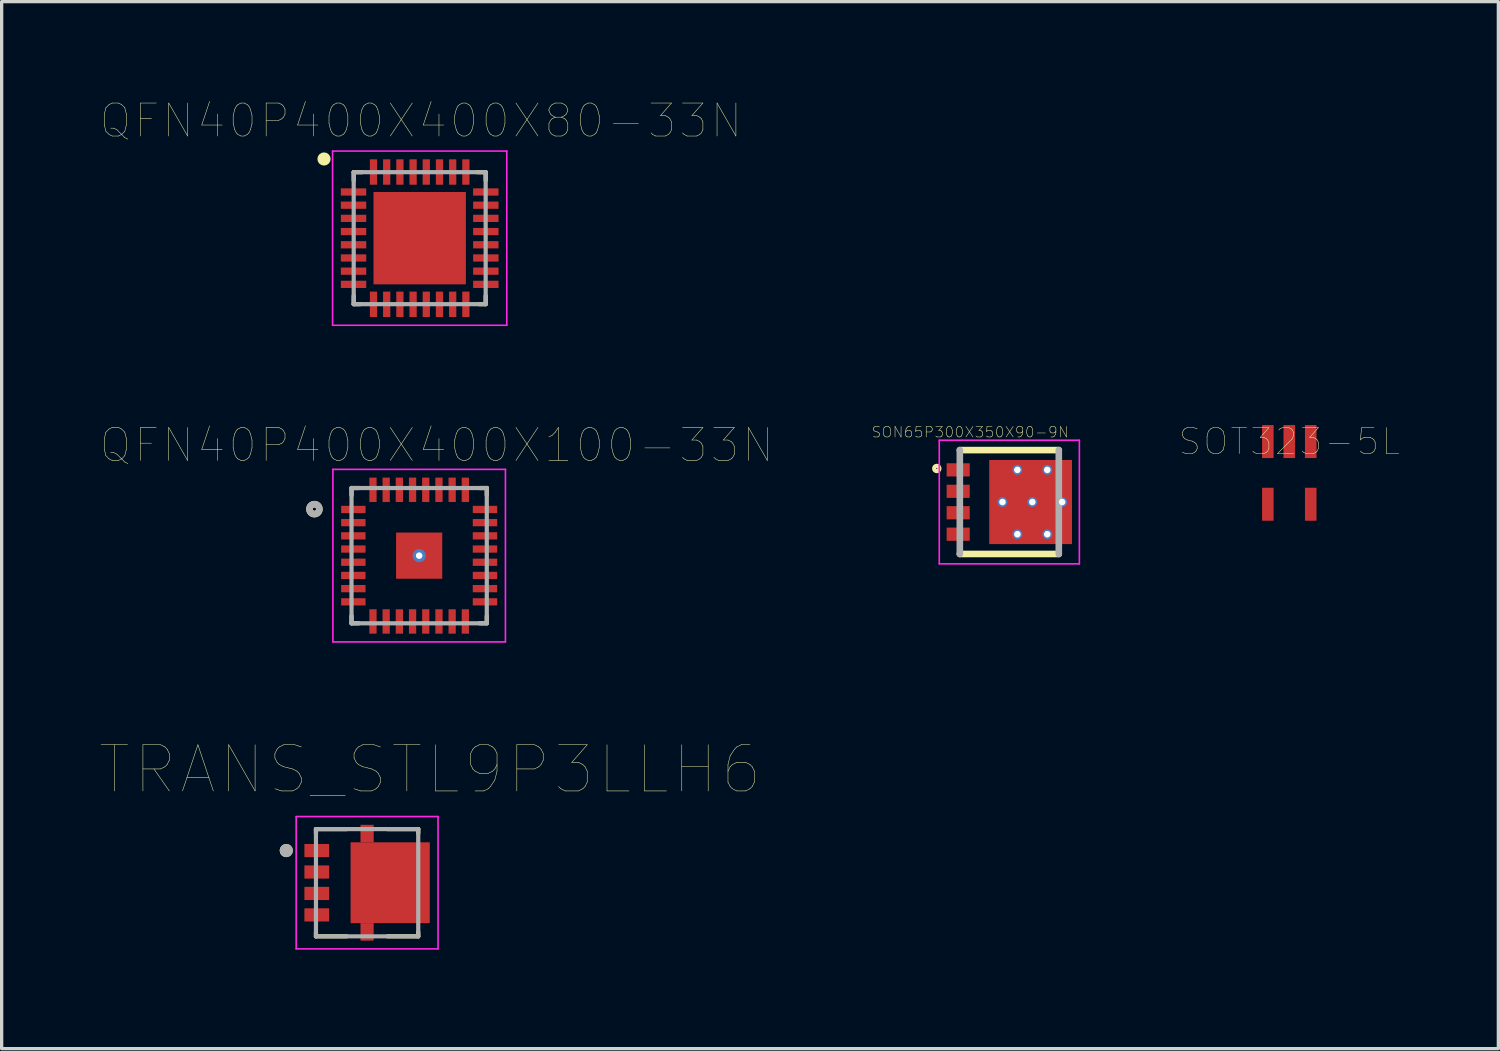
<source format=kicad_pcb>
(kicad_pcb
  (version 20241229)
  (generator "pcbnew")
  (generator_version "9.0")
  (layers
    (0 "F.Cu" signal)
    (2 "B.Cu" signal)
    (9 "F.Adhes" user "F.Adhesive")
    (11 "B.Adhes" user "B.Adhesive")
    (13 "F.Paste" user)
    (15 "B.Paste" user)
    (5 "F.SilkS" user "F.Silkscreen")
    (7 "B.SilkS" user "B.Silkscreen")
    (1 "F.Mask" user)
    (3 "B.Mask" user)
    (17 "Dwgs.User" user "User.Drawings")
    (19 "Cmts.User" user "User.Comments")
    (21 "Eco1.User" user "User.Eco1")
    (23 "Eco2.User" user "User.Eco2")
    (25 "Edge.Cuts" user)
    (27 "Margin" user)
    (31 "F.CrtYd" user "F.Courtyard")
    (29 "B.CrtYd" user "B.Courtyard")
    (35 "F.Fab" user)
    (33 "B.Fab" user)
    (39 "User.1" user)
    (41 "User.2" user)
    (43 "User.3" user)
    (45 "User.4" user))
  (footprint "TRANS_STL9P3LLH6"
    (layer "F.Cu")
    (at 8.077 23.706)
    (property "Reference" "TRANS_STL9P3LLH6" (at 1.905 -3.429 0) (layer "F.SilkS") (effects (font (size 1.4 1.4) (thickness 0.015))))
    (attr through_hole)
    (fp_poly (pts (xy -0.3 -1.855) (xy 0.3 -1.855) (xy 0.3 1.855) (xy -0.3 1.855)) (stroke (width 0.01) (type solid)) (fill yes) (layer "F.Mask"))
    (fp_line (start -1.55 -1.625) (end -1.55 -1.495) (stroke (width 0.127) (type solid)) (layer "F.SilkS"))
    (fp_line (start -1.55 -1.625) (end -0.62 -1.625) (stroke (width 0.127) (type solid)) (layer "F.SilkS"))
    (fp_line (start -1.55 1.495) (end -1.55 1.625) (stroke (width 0.127) (type solid)) (layer "F.SilkS"))
    (fp_line (start -0.62 1.625) (end -1.55 1.625) (stroke (width 0.127) (type solid)) (layer "F.SilkS"))
    (fp_line (start 0.62 -1.625) (end 1.55 -1.625) (stroke (width 0.127) (type solid)) (layer "F.SilkS"))
    (fp_line (start 1.55 -1.495) (end 1.55 -1.625) (stroke (width 0.127) (type solid)) (layer "F.SilkS"))
    (fp_line (start 1.55 1.625) (end 0.62 1.625) (stroke (width 0.127) (type solid)) (layer "F.SilkS"))
    (fp_line (start 1.55 1.625) (end 1.55 1.495) (stroke (width 0.127) (type solid)) (layer "F.SilkS"))
    (fp_circle (center -2.45 -0.975) (end -2.35 -0.975) (stroke (width 0.2) (type solid)) (fill no) (layer "F.SilkS"))
    (fp_poly (pts (xy -0.06 -0.775) (xy 1.46 -0.775) (xy 1.46 0.775) (xy -0.06 0.775)) (stroke (width 0.01) (type solid)) (fill yes) (layer "F.Paste"))
    (fp_line (start -2.15 -2.005) (end -2.15 2.005) (stroke (width 0.05) (type solid)) (layer "F.CrtYd"))
    (fp_line (start -2.15 -2.005) (end 2.15 -2.005) (stroke (width 0.05) (type solid)) (layer "F.CrtYd"))
    (fp_line (start 2.15 2.005) (end -2.15 2.005) (stroke (width 0.05) (type solid)) (layer "F.CrtYd"))
    (fp_line (start 2.15 2.005) (end 2.15 -2.005) (stroke (width 0.05) (type solid)) (layer "F.CrtYd"))
    (fp_line (start -1.55 -1.625) (end -1.55 1.625) (stroke (width 0.127) (type solid)) (layer "F.Fab"))
    (fp_line (start -1.55 -1.625) (end 1.55 -1.625) (stroke (width 0.127) (type solid)) (layer "F.Fab"))
    (fp_line (start 1.55 1.625) (end -1.55 1.625) (stroke (width 0.127) (type solid)) (layer "F.Fab"))
    (fp_line (start 1.55 1.625) (end 1.55 -1.625) (stroke (width 0.127) (type solid)) (layer "F.Fab"))
    (fp_circle (center -2.45 -0.975) (end -2.35 -0.975) (stroke (width 0.2) (type solid)) (fill no) (layer "F.Fab"))
    (pad "1" smd rect (at -1.525 -0.975) (size 0.75 0.4) (layers "F.Cu" "F.Mask" "F.Paste"))
    (pad "2" smd rect (at -1.525 -0.325) (size 0.75 0.4) (layers "F.Cu" "F.Mask" "F.Paste"))
    (pad "3" smd rect (at -1.525 0.325) (size 0.75 0.4) (layers "F.Cu" "F.Mask" "F.Paste"))
    (pad "4" smd rect (at -1.525 0.975) (size 0.75 0.4) (layers "F.Cu" "F.Mask" "F.Paste"))
    (pad "5" smd rect (at 0.7 0) (size 2.4 2.45) (layers "F.Cu" "F.Mask"))
    (pad "5_1" smd rect (at 0 -1.49) (size 0.4 0.53) (layers "F.Cu" "F.Mask" "F.Paste"))
    (pad "5_2" smd rect (at 0 1.49) (size 0.4 0.53) (layers "F.Cu" "F.Mask" "F.Paste")))
  (footprint "SON65P300X350X90-9N"
    (layer "F.Cu")
    (at 27.543 12.167)
    (property "Reference" "SON65P300X350X90-9N" (at -1.186 -2.119 0) (layer "F.SilkS") (effects (font (size 0.32 0.32) (thickness 0.015))))
    (attr through_hole)
    (fp_poly (pts (xy -1.851 0.175) (xy -1.25 0.175) (xy -1.25 0.475) (xy -1.851 0.475)) (stroke (width 0.01) (type solid)) (fill yes) (layer "F.Mask"))
    (fp_poly (pts (xy -1.851 -0.475) (xy -1.25 -0.475) (xy -1.25 -0.175) (xy -1.851 -0.175)) (stroke (width 0.01) (type solid)) (fill yes) (layer "F.Mask"))
    (fp_poly (pts (xy -1.85 -1.125) (xy -1.25 -1.125) (xy -1.25 -0.825) (xy -1.85 -0.825)) (stroke (width 0.01) (type solid)) (fill yes) (layer "F.Mask"))
    (fp_poly (pts (xy -1.85 0.825) (xy -1.25 0.825) (xy -1.25 1.125) (xy -1.85 1.125)) (stroke (width 0.01) (type solid)) (fill yes) (layer "F.Mask"))
    (fp_poly (pts (xy -0.56 -1.225) (xy 1.215 -1.225) (xy 1.215 1.226) (xy -0.56 1.226)) (stroke (width 0.01) (type solid)) (fill yes) (layer "F.Mask"))
    (fp_poly (pts (xy 1.215 0.175) (xy 1.85 0.175) (xy 1.85 0.475) (xy 1.215 0.475)) (stroke (width 0.01) (type solid)) (fill yes) (layer "F.Mask"))
    (fp_poly (pts (xy 1.215 -1.125) (xy 1.85 -1.125) (xy 1.85 -0.825) (xy 1.215 -0.825)) (stroke (width 0.01) (type solid)) (fill yes) (layer "F.Mask"))
    (fp_poly (pts (xy 1.216 -0.475) (xy 1.85 -0.475) (xy 1.85 -0.175) (xy 1.216 -0.175)) (stroke (width 0.01) (type solid)) (fill yes) (layer "F.Mask"))
    (fp_poly (pts (xy 1.216 0.825) (xy 1.85 0.825) (xy 1.85 1.126) (xy 1.216 1.126)) (stroke (width 0.01) (type solid)) (fill yes) (layer "F.Mask"))
    (fp_line (start 1.5 -1.575) (end -1.5 -1.575) (stroke (width 0.2) (type solid)) (layer "F.SilkS"))
    (fp_line (start 1.5 1.575) (end -1.5 1.575) (stroke (width 0.2) (type solid)) (layer "F.SilkS"))
    (fp_circle (center -2.198 -1.017) (end -2.118 -1.017) (stroke (width 0.127) (type solid)) (fill no) (layer "F.SilkS"))
    (fp_poly (pts (xy -1.853 -1.125) (xy -1.25 -1.125) (xy -1.25 -0.826) (xy -1.853 -0.826)) (stroke (width 0.01) (type solid)) (fill yes) (layer "F.Paste"))
    (fp_poly (pts (xy -1.852 -0.475) (xy -1.25 -0.475) (xy -1.25 -0.175) (xy -1.852 -0.175)) (stroke (width 0.01) (type solid)) (fill yes) (layer "F.Paste"))
    (fp_poly (pts (xy -1.852 0.175) (xy -1.25 0.175) (xy -1.25 0.476) (xy -1.852 0.476)) (stroke (width 0.01) (type solid)) (fill yes) (layer "F.Paste"))
    (fp_poly (pts (xy -1.851 0.825) (xy -1.25 0.825) (xy -1.25 1.126) (xy -1.851 1.126)) (stroke (width 0.01) (type solid)) (fill yes) (layer "F.Paste"))
    (fp_poly (pts (xy -0.56 0.1) (xy 0.145 0.1) (xy 0.145 1.225) (xy -0.56 1.225)) (stroke (width 0.01) (type solid)) (fill yes) (layer "F.Paste"))
    (fp_poly (pts (xy -0.56 -1.225) (xy 0.145 -1.225) (xy 0.145 -0.1) (xy -0.56 -0.1)) (stroke (width 0.01) (type solid)) (fill yes) (layer "F.Paste"))
    (fp_poly (pts (xy 0.345 -1.225) (xy 1.05 -1.225) (xy 1.05 -0.1) (xy 0.345 -0.1)) (stroke (width 0.01) (type solid)) (fill yes) (layer "F.Paste"))
    (fp_poly (pts (xy 0.345 0.1) (xy 1.05 0.1) (xy 1.05 1.226) (xy 0.345 1.226)) (stroke (width 0.01) (type solid)) (fill yes) (layer "F.Paste"))
    (fp_poly (pts (xy 1.251 -1.125) (xy 1.85 -1.125) (xy 1.85 -0.825) (xy 1.251 -0.825)) (stroke (width 0.01) (type solid)) (fill yes) (layer "F.Paste"))
    (fp_poly (pts (xy 1.251 0.175) (xy 1.85 0.175) (xy 1.85 0.475) (xy 1.251 0.475)) (stroke (width 0.01) (type solid)) (fill yes) (layer "F.Paste"))
    (fp_poly (pts (xy 1.251 -0.475) (xy 1.85 -0.475) (xy 1.85 -0.175) (xy 1.251 -0.175)) (stroke (width 0.01) (type solid)) (fill yes) (layer "F.Paste"))
    (fp_poly (pts (xy 1.251 0.825) (xy 1.85 0.825) (xy 1.85 1.126) (xy 1.251 1.126)) (stroke (width 0.01) (type solid)) (fill yes) (layer "F.Paste"))
    (fp_line (start -2.123 -1.873) (end 2.123 -1.873) (stroke (width 0.05) (type solid)) (layer "F.CrtYd"))
    (fp_line (start -2.123 1.873) (end -2.123 -1.873) (stroke (width 0.05) (type solid)) (layer "F.CrtYd"))
    (fp_line (start 2.123 -1.873) (end 2.123 1.873) (stroke (width 0.05) (type solid)) (layer "F.CrtYd"))
    (fp_line (start 2.123 1.873) (end -2.123 1.873) (stroke (width 0.05) (type solid)) (layer "F.CrtYd"))
    (fp_line (start -1.5 -1.575) (end -1.5 1.575) (stroke (width 0.2) (type solid)) (layer "F.Fab"))
    (fp_line (start 1.5 -1.575) (end 1.5 1.575) (stroke (width 0.2) (type solid)) (layer "F.Fab"))
    (pad "1" smd rect (at -1.55 -0.975) (size 0.7 0.4) (layers "F.Cu"))
    (pad "2" smd rect (at -1.55 -0.325) (size 0.7 0.4) (layers "F.Cu"))
    (pad "3" smd rect (at -1.55 0.325) (size 0.7 0.4) (layers "F.Cu"))
    (pad "4" smd rect (at -1.55 0.975) (size 0.7 0.4) (layers "F.Cu"))
    (pad "5" smd rect (at 0.645 0) (size 2.51 2.55) (layers "F.Cu"))
    (pad "P$2" thru_hole circle (at -0.207 0) (size 0.3 0.3) (drill 0.2) (layers "*.Cu" "*.Mask"))
    (pad "P$3" thru_hole circle (at 0.698 0) (size 0.3 0.3) (drill 0.2) (layers "*.Cu" "*.Mask"))
    (pad "P$4" thru_hole circle (at 0.245 -0.975) (size 0.3 0.3) (drill 0.2) (layers "*.Cu" "*.Mask"))
    (pad "P$5" thru_hole circle (at 1.15 -0.975) (size 0.3 0.3) (drill 0.2) (layers "*.Cu" "*.Mask"))
    (pad "P$6" thru_hole circle (at 0.245 0.975) (size 0.3 0.3) (drill 0.2) (layers "*.Cu" "*.Mask"))
    (pad "P$7" thru_hole circle (at 1.15 0.975) (size 0.3 0.3) (drill 0.2) (layers "*.Cu" "*.Mask"))
    (pad "P$8" thru_hole circle (at 1.603 0) (size 0.3 0.3) (drill 0.2) (layers "*.Cu" "*.Mask")))
  (footprint "QFN40P400X400X100-33N"
    (layer "F.Cu")
    (at 9.655 13.792)
    (property "Reference" "QFN40P400X400X100-33N" (at 0.529 -3.347 0) (layer "F.SilkS") (effects (font (size 1 1) (thickness 0.015))))
    (attr through_hole)
    (fp_line (start -2.05 -2.05) (end -2.05 -1.83) (stroke (width 0.127) (type solid)) (layer "F.SilkS"))
    (fp_line (start -2.05 -2.05) (end -1.83 -2.05) (stroke (width 0.127) (type solid)) (layer "F.SilkS"))
    (fp_line (start -2.05 2.05) (end -2.05 1.83) (stroke (width 0.127) (type solid)) (layer "F.SilkS"))
    (fp_line (start -2.05 2.05) (end -1.83 2.05) (stroke (width 0.127) (type solid)) (layer "F.SilkS"))
    (fp_line (start 2.05 -2.05) (end 1.83 -2.05) (stroke (width 0.127) (type solid)) (layer "F.SilkS"))
    (fp_line (start 2.05 -2.05) (end 2.05 -1.83) (stroke (width 0.127) (type solid)) (layer "F.SilkS"))
    (fp_line (start 2.05 2.05) (end 1.83 2.05) (stroke (width 0.127) (type solid)) (layer "F.SilkS"))
    (fp_line (start 2.05 2.05) (end 2.05 1.83) (stroke (width 0.127) (type solid)) (layer "F.SilkS"))
    (fp_circle (center -3.175 -1.41) (end -3.025 -1.41) (stroke (width 0.2) (type solid)) (fill no) (layer "F.SilkS"))
    (fp_poly (pts (xy -0.495 -0.495) (xy 0.495 -0.495) (xy 0.495 0.495) (xy -0.495 0.495)) (stroke (width 0.01) (type solid)) (fill yes) (layer "F.Paste"))
    (fp_line (start -2.615 -2.615) (end 2.615 -2.615) (stroke (width 0.05) (type solid)) (layer "F.CrtYd"))
    (fp_line (start -2.615 2.615) (end -2.615 -2.615) (stroke (width 0.05) (type solid)) (layer "F.CrtYd"))
    (fp_line (start -2.615 2.615) (end 2.615 2.615) (stroke (width 0.05) (type solid)) (layer "F.CrtYd"))
    (fp_line (start 2.615 2.615) (end 2.615 -2.615) (stroke (width 0.05) (type solid)) (layer "F.CrtYd"))
    (fp_line (start -2.05 2.05) (end -2.05 -2.05) (stroke (width 0.127) (type solid)) (layer "F.Fab"))
    (fp_line (start 2.05 -2.05) (end -2.05 -2.05) (stroke (width 0.127) (type solid)) (layer "F.Fab"))
    (fp_line (start 2.05 2.05) (end -2.05 2.05) (stroke (width 0.127) (type solid)) (layer "F.Fab"))
    (fp_line (start 2.05 2.05) (end 2.05 -2.05) (stroke (width 0.127) (type solid)) (layer "F.Fab"))
    (fp_circle (center -3.175 -1.41) (end -3.025 -1.41) (stroke (width 0.2) (type solid)) (fill no) (layer "F.Fab"))
    (pad "1" smd rect (at -1.995 -1.4) (size 0.74 0.22) (layers "F.Cu" "F.Mask" "F.Paste"))
    (pad "2" smd rect (at -1.995 -1) (size 0.74 0.22) (layers "F.Cu" "F.Mask" "F.Paste"))
    (pad "3" smd rect (at -1.995 -0.6) (size 0.74 0.22) (layers "F.Cu" "F.Mask" "F.Paste"))
    (pad "4" smd rect (at -1.995 -0.2) (size 0.74 0.22) (layers "F.Cu" "F.Mask" "F.Paste"))
    (pad "5" smd rect (at -1.995 0.2) (size 0.74 0.22) (layers "F.Cu" "F.Mask" "F.Paste"))
    (pad "6" smd rect (at -1.995 0.6) (size 0.74 0.22) (layers "F.Cu" "F.Mask" "F.Paste"))
    (pad "7" smd rect (at -1.995 1) (size 0.74 0.22) (layers "F.Cu" "F.Mask" "F.Paste"))
    (pad "8" smd rect (at -1.995 1.4) (size 0.74 0.22) (layers "F.Cu" "F.Mask" "F.Paste"))
    (pad "9" smd rect (at -1.4 1.995) (size 0.22 0.74) (layers "F.Cu" "F.Mask" "F.Paste"))
    (pad "10" smd rect (at -1 1.995) (size 0.22 0.74) (layers "F.Cu" "F.Mask" "F.Paste"))
    (pad "11" smd rect (at -0.6 1.995) (size 0.22 0.74) (layers "F.Cu" "F.Mask" "F.Paste"))
    (pad "12" smd rect (at -0.2 1.995) (size 0.22 0.74) (layers "F.Cu" "F.Mask" "F.Paste"))
    (pad "13" smd rect (at 0.2 1.995) (size 0.22 0.74) (layers "F.Cu" "F.Mask" "F.Paste"))
    (pad "14" smd rect (at 0.6 1.995) (size 0.22 0.74) (layers "F.Cu" "F.Mask" "F.Paste"))
    (pad "15" smd rect (at 1 1.995) (size 0.22 0.74) (layers "F.Cu" "F.Mask" "F.Paste"))
    (pad "16" smd rect (at 1.4 1.995) (size 0.22 0.74) (layers "F.Cu" "F.Mask" "F.Paste"))
    (pad "17" smd rect (at 1.995 1.4) (size 0.74 0.22) (layers "F.Cu" "F.Mask" "F.Paste"))
    (pad "18" smd rect (at 1.995 1) (size 0.74 0.22) (layers "F.Cu" "F.Mask" "F.Paste"))
    (pad "19" smd rect (at 1.995 0.6) (size 0.74 0.22) (layers "F.Cu" "F.Mask" "F.Paste"))
    (pad "20" smd rect (at 1.995 0.2) (size 0.74 0.22) (layers "F.Cu" "F.Mask" "F.Paste"))
    (pad "21" smd rect (at 1.995 -0.2) (size 0.74 0.22) (layers "F.Cu" "F.Mask" "F.Paste"))
    (pad "22" smd rect (at 1.995 -0.6) (size 0.74 0.22) (layers "F.Cu" "F.Mask" "F.Paste"))
    (pad "23" smd rect (at 1.995 -1) (size 0.74 0.22) (layers "F.Cu" "F.Mask" "F.Paste"))
    (pad "24" smd rect (at 1.995 -1.4) (size 0.74 0.22) (layers "F.Cu" "F.Mask" "F.Paste"))
    (pad "25" smd rect (at 1.4 -1.995) (size 0.22 0.74) (layers "F.Cu" "F.Mask" "F.Paste"))
    (pad "26" smd rect (at 1 -1.995) (size 0.22 0.74) (layers "F.Cu" "F.Mask" "F.Paste"))
    (pad "27" smd rect (at 0.6 -1.995) (size 0.22 0.74) (layers "F.Cu" "F.Mask" "F.Paste"))
    (pad "28" smd rect (at 0.2 -1.995) (size 0.22 0.74) (layers "F.Cu" "F.Mask" "F.Paste"))
    (pad "29" smd rect (at -0.2 -1.995) (size 0.22 0.74) (layers "F.Cu" "F.Mask" "F.Paste"))
    (pad "30" smd rect (at -0.6 -1.995) (size 0.22 0.74) (layers "F.Cu" "F.Mask" "F.Paste"))
    (pad "31" smd rect (at -1 -1.995) (size 0.22 0.74) (layers "F.Cu" "F.Mask" "F.Paste"))
    (pad "32" smd rect (at -1.4 -1.995) (size 0.22 0.74) (layers "F.Cu" "F.Mask" "F.Paste"))
    (pad "33" smd rect (at 0 0) (size 1.4 1.4) (layers "F.Cu" "F.Mask"))
    (pad "33_1" thru_hole circle (at 0 0) (size 0.4 0.4) (drill 0.2) (layers "*.Cu")))
  (footprint "SOT323-5L"
    (layer "F.Cu")
    (at 36.029 10.334)
    (property "Reference" "SOT323-5L" (at 0 0 0) (layer "F.SilkS") (effects (font (size 0.787 0.787) (thickness 0.015))))
    (attr through_hole)
    (pad "1" smd rect (at 0.65 0) (size 0.35 1) (layers "F.Cu" "F.Mask" "F.Paste"))
    (pad "2" smd rect (at -0.65 0) (size 0.35 1) (layers "F.Cu" "F.Mask" "F.Paste"))
    (pad "3" smd rect (at -0.65 1.9) (size 0.35 1) (layers "F.Cu" "F.Mask" "F.Paste"))
    (pad "4" smd rect (at 0.65 1.9) (size 0.35 1) (layers "F.Cu" "F.Mask" "F.Paste"))
    (pad "GND" smd rect (at 0 0) (size 0.35 1) (layers "F.Cu" "F.Mask" "F.Paste")))
  (footprint "QFN40P400X400X80-33N"
    (layer "F.Cu")
    (at 9.671 4.169)
    (property "Reference" "QFN40P400X400X80-33N" (at 0.037 -3.558 0) (layer "F.SilkS") (effects (font (size 1 1) (thickness 0.015))))
    (attr through_hole)
    (fp_line (start -2 -2) (end -2 -1.75) (stroke (width 0.127) (type solid)) (layer "F.SilkS"))
    (fp_line (start -2 1.75) (end -2 2) (stroke (width 0.127) (type solid)) (layer "F.SilkS"))
    (fp_line (start -2 2) (end -1.8 2) (stroke (width 0.127) (type solid)) (layer "F.SilkS"))
    (fp_line (start -1.75 -2) (end -2 -2) (stroke (width 0.127) (type solid)) (layer "F.SilkS"))
    (fp_line (start 1.75 -2) (end 2 -2) (stroke (width 0.127) (type solid)) (layer "F.SilkS"))
    (fp_line (start 2 -2) (end 2 -1.75) (stroke (width 0.127) (type solid)) (layer "F.SilkS"))
    (fp_line (start 2 1.75) (end 2 2) (stroke (width 0.127) (type solid)) (layer "F.SilkS"))
    (fp_line (start 2 2) (end 1.8 2) (stroke (width 0.127) (type solid)) (layer "F.SilkS"))
    (fp_circle (center -2.9 -2.4) (end -2.8 -2.4) (stroke (width 0.2) (type solid)) (fill no) (layer "F.SilkS"))
    (fp_poly (pts (xy -1.125 -1.125) (xy -0.135 -1.125) (xy -0.135 -0.135) (xy -1.125 -0.135)) (stroke (width 0.01) (type solid)) (fill yes) (layer "F.Paste"))
    (fp_poly (pts (xy -1.125 0.135) (xy -0.135 0.135) (xy -0.135 1.125) (xy -1.125 1.125)) (stroke (width 0.01) (type solid)) (fill yes) (layer "F.Paste"))
    (fp_poly (pts (xy 0.135 -1.125) (xy 1.125 -1.125) (xy 1.125 -0.135) (xy 0.135 -0.135)) (stroke (width 0.01) (type solid)) (fill yes) (layer "F.Paste"))
    (fp_poly (pts (xy 0.135 0.135) (xy 1.125 0.135) (xy 1.125 1.125) (xy 0.135 1.125)) (stroke (width 0.01) (type solid)) (fill yes) (layer "F.Paste"))
    (fp_line (start -2.64 -2.64) (end 2.64 -2.64) (stroke (width 0.05) (type solid)) (layer "F.CrtYd"))
    (fp_line (start -2.64 2.64) (end -2.64 -2.64) (stroke (width 0.05) (type solid)) (layer "F.CrtYd"))
    (fp_line (start 2.64 -2.64) (end 2.64 2.64) (stroke (width 0.05) (type solid)) (layer "F.CrtYd"))
    (fp_line (start 2.64 2.64) (end -2.64 2.64) (stroke (width 0.05) (type solid)) (layer "F.CrtYd"))
    (fp_line (start -2 -2) (end 2 -2) (stroke (width 0.127) (type solid)) (layer "F.Fab"))
    (fp_line (start -2 2) (end -2 -2) (stroke (width 0.127) (type solid)) (layer "F.Fab"))
    (fp_line (start 2 -2) (end 2 2) (stroke (width 0.127) (type solid)) (layer "F.Fab"))
    (fp_line (start 2 2) (end -2 2) (stroke (width 0.127) (type solid)) (layer "F.Fab"))
    (pad "1" smd rect (at -2.005 -1.4) (size 0.77 0.22) (layers "F.Cu" "F.Mask" "F.Paste"))
    (pad "2" smd rect (at -2.005 -1) (size 0.77 0.22) (layers "F.Cu" "F.Mask" "F.Paste"))
    (pad "3" smd rect (at -2.005 -0.6) (size 0.77 0.22) (layers "F.Cu" "F.Mask" "F.Paste"))
    (pad "4" smd rect (at -2.005 -0.2) (size 0.77 0.22) (layers "F.Cu" "F.Mask" "F.Paste"))
    (pad "5" smd rect (at -2.005 0.2) (size 0.77 0.22) (layers "F.Cu" "F.Mask" "F.Paste"))
    (pad "6" smd rect (at -2.005 0.6) (size 0.77 0.22) (layers "F.Cu" "F.Mask" "F.Paste"))
    (pad "7" smd rect (at -2.005 1) (size 0.77 0.22) (layers "F.Cu" "F.Mask" "F.Paste"))
    (pad "8" smd rect (at -2.005 1.4) (size 0.77 0.22) (layers "F.Cu" "F.Mask" "F.Paste"))
    (pad "9" smd rect (at -1.4 2.005) (size 0.22 0.77) (layers "F.Cu" "F.Mask" "F.Paste"))
    (pad "10" smd rect (at -1 2.005) (size 0.22 0.77) (layers "F.Cu" "F.Mask" "F.Paste"))
    (pad "11" smd rect (at -0.6 2.005) (size 0.22 0.77) (layers "F.Cu" "F.Mask" "F.Paste"))
    (pad "12" smd rect (at -0.2 2.005) (size 0.22 0.77) (layers "F.Cu" "F.Mask" "F.Paste"))
    (pad "13" smd rect (at 0.2 2.005) (size 0.22 0.77) (layers "F.Cu" "F.Mask" "F.Paste"))
    (pad "14" smd rect (at 0.6 2.005) (size 0.22 0.77) (layers "F.Cu" "F.Mask" "F.Paste"))
    (pad "15" smd rect (at 1 2.005) (size 0.22 0.77) (layers "F.Cu" "F.Mask" "F.Paste"))
    (pad "16" smd rect (at 1.4 2.005) (size 0.22 0.77) (layers "F.Cu" "F.Mask" "F.Paste"))
    (pad "17" smd rect (at 2.005 1.4) (size 0.77 0.22) (layers "F.Cu" "F.Mask" "F.Paste"))
    (pad "18" smd rect (at 2.005 1) (size 0.77 0.22) (layers "F.Cu" "F.Mask" "F.Paste"))
    (pad "19" smd rect (at 2.005 0.6) (size 0.77 0.22) (layers "F.Cu" "F.Mask" "F.Paste"))
    (pad "20" smd rect (at 2.005 0.2) (size 0.77 0.22) (layers "F.Cu" "F.Mask" "F.Paste"))
    (pad "21" smd rect (at 2.005 -0.2) (size 0.77 0.22) (layers "F.Cu" "F.Mask" "F.Paste"))
    (pad "22" smd rect (at 2.005 -0.6) (size 0.77 0.22) (layers "F.Cu" "F.Mask" "F.Paste"))
    (pad "23" smd rect (at 2.005 -1) (size 0.77 0.22) (layers "F.Cu" "F.Mask" "F.Paste"))
    (pad "24" smd rect (at 2.005 -1.4) (size 0.77 0.22) (layers "F.Cu" "F.Mask" "F.Paste"))
    (pad "25" smd rect (at 1.4 -2.005) (size 0.22 0.77) (layers "F.Cu" "F.Mask" "F.Paste"))
    (pad "26" smd rect (at 1 -2.005) (size 0.22 0.77) (layers "F.Cu" "F.Mask" "F.Paste"))
    (pad "27" smd rect (at 0.6 -2.005) (size 0.22 0.77) (layers "F.Cu" "F.Mask" "F.Paste"))
    (pad "28" smd rect (at 0.2 -2.005) (size 0.22 0.77) (layers "F.Cu" "F.Mask" "F.Paste"))
    (pad "29" smd rect (at -0.2 -2.005) (size 0.22 0.77) (layers "F.Cu" "F.Mask" "F.Paste"))
    (pad "30" smd rect (at -0.6 -2.005) (size 0.22 0.77) (layers "F.Cu" "F.Mask" "F.Paste"))
    (pad "31" smd rect (at -1 -2.005) (size 0.22 0.77) (layers "F.Cu" "F.Mask" "F.Paste"))
    (pad "32" smd rect (at -1.4 -2.005) (size 0.22 0.77) (layers "F.Cu" "F.Mask" "F.Paste"))
    (pad "33" smd rect (at 0 0) (size 2.8 2.8) (layers "F.Cu" "F.Mask")))
  (gr_rect
    (start -3 -3)
    (end 42.366 28.736)
    (stroke (width 0.1) (type default))
    (fill no)
    (layer "Edge.Cuts")))
</source>
